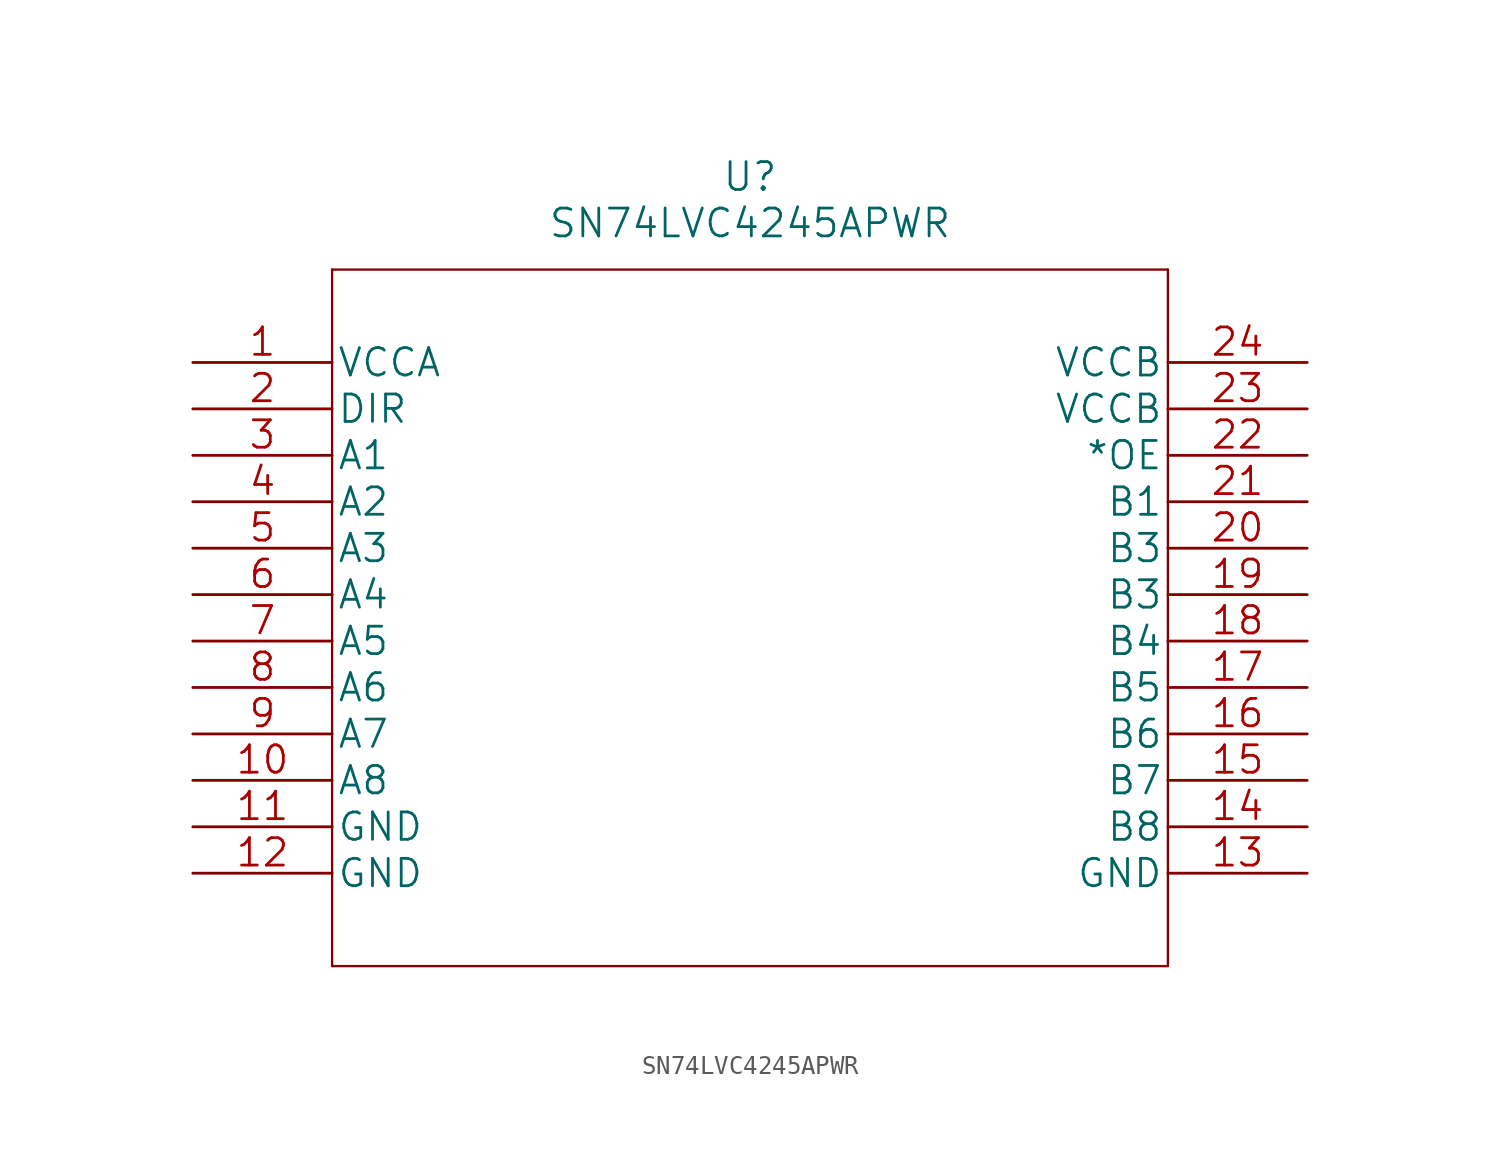
<source format=kicad_sym>
(kicad_symbol_lib
  (version 20211014)
  (generator kicad_symbol_editor)
  (symbol "SN74LVC4245APWR"
    (pin_names
      (offset 0.254))
    (property "Reference" "U"
      (at 30.48 10.16 0)
      (effects (font (size 1.524 1.524))))
    (property "Value" "SN74LVC4245APWR"
      (at 30.48 7.62 0)
      (effects (font (size 1.524 1.524))))
    (property "Datasheet" ""
      (at 0 0 0)
      (effects (font (size 1.524 1.524))))
    (property "ki_locked" ""
      (at 0 0 0)
      (effects (font (size 1.27 1.27))))
    (symbol "SN74LVC4245APWR_1_1"
      (polyline (pts (xy 7.62 -33.02) (xy 53.34 -33.02)) (stroke (width 0.127) (type default) (color 0 0 0 0)) (fill (type none)))
      (polyline (pts (xy 7.62 5.08) (xy 7.62 -33.02)) (stroke (width 0.127) (type default) (color 0 0 0 0)) (fill (type none)))
      (polyline (pts (xy 53.34 -33.02) (xy 53.34 5.08)) (stroke (width 0.127) (type default) (color 0 0 0 0)) (fill (type none)))
      (polyline (pts (xy 53.34 5.08) (xy 7.62 5.08)) (stroke (width 0.127) (type default) (color 0 0 0 0)) (fill (type none)))
      (pin power_in line (at 0 0 0) (length 7.62) (name "VCCA" (effects (font (size 1.499 1.499)))) (number "1" (effects (font (size 1.499 1.499)))))
      (pin bidirectional line (at 0 -22.86 0) (length 7.62) (name "A8" (effects (font (size 1.499 1.499)))) (number "10" (effects (font (size 1.499 1.499)))))
      (pin power_in line (at 0 -25.4 0) (length 7.62) (name "GND" (effects (font (size 1.499 1.499)))) (number "11" (effects (font (size 1.499 1.499)))))
      (pin power_in line (at 0 -27.94 0) (length 7.62) (name "GND" (effects (font (size 1.499 1.499)))) (number "12" (effects (font (size 1.499 1.499)))))
      (pin power_in line (at 60.96 -27.94 180) (length 7.62) (name "GND" (effects (font (size 1.499 1.499)))) (number "13" (effects (font (size 1.499 1.499)))))
      (pin bidirectional line (at 60.96 -25.4 180) (length 7.62) (name "B8" (effects (font (size 1.499 1.499)))) (number "14" (effects (font (size 1.499 1.499)))))
      (pin bidirectional line (at 60.96 -22.86 180) (length 7.62) (name "B7" (effects (font (size 1.499 1.499)))) (number "15" (effects (font (size 1.499 1.499)))))
      (pin bidirectional line (at 60.96 -20.32 180) (length 7.62) (name "B6" (effects (font (size 1.499 1.499)))) (number "16" (effects (font (size 1.499 1.499)))))
      (pin bidirectional line (at 60.96 -17.78 180) (length 7.62) (name "B5" (effects (font (size 1.499 1.499)))) (number "17" (effects (font (size 1.499 1.499)))))
      (pin bidirectional line (at 60.96 -15.24 180) (length 7.62) (name "B4" (effects (font (size 1.499 1.499)))) (number "18" (effects (font (size 1.499 1.499)))))
      (pin bidirectional line (at 60.96 -12.7 180) (length 7.62) (name "B3" (effects (font (size 1.499 1.499)))) (number "19" (effects (font (size 1.499 1.499)))))
      (pin input line (at 0 -2.54 0) (length 7.62) (name "DIR" (effects (font (size 1.499 1.499)))) (number "2" (effects (font (size 1.499 1.499)))))
      (pin bidirectional line (at 60.96 -10.16 180) (length 7.62) (name "B3" (effects (font (size 1.499 1.499)))) (number "20" (effects (font (size 1.499 1.499)))))
      (pin bidirectional line (at 60.96 -7.62 180) (length 7.62) (name "B1" (effects (font (size 1.499 1.499)))) (number "21" (effects (font (size 1.499 1.499)))))
      (pin input line (at 60.96 -5.08 180) (length 7.62) (name "*OE" (effects (font (size 1.499 1.499)))) (number "22" (effects (font (size 1.499 1.499)))))
      (pin power_in line (at 60.96 -2.54 180) (length 7.62) (name "VCCB" (effects (font (size 1.499 1.499)))) (number "23" (effects (font (size 1.499 1.499)))))
      (pin power_in line (at 60.96 0 180) (length 7.62) (name "VCCB" (effects (font (size 1.499 1.499)))) (number "24" (effects (font (size 1.499 1.499)))))
      (pin bidirectional line (at 0 -5.08 0) (length 7.62) (name "A1" (effects (font (size 1.499 1.499)))) (number "3" (effects (font (size 1.499 1.499)))))
      (pin bidirectional line (at 0 -7.62 0) (length 7.62) (name "A2" (effects (font (size 1.499 1.499)))) (number "4" (effects (font (size 1.499 1.499)))))
      (pin bidirectional line (at 0 -10.16 0) (length 7.62) (name "A3" (effects (font (size 1.499 1.499)))) (number "5" (effects (font (size 1.499 1.499)))))
      (pin bidirectional line (at 0 -12.7 0) (length 7.62) (name "A4" (effects (font (size 1.499 1.499)))) (number "6" (effects (font (size 1.499 1.499)))))
      (pin bidirectional line (at 0 -15.24 0) (length 7.62) (name "A5" (effects (font (size 1.499 1.499)))) (number "7" (effects (font (size 1.499 1.499)))))
      (pin bidirectional line (at 0 -17.78 0) (length 7.62) (name "A6" (effects (font (size 1.499 1.499)))) (number "8" (effects (font (size 1.499 1.499)))))
      (pin bidirectional line (at 0 -20.32 0) (length 7.62) (name "A7" (effects (font (size 1.499 1.499)))) (number "9" (effects (font (size 1.499 1.499))))))))
</source>
